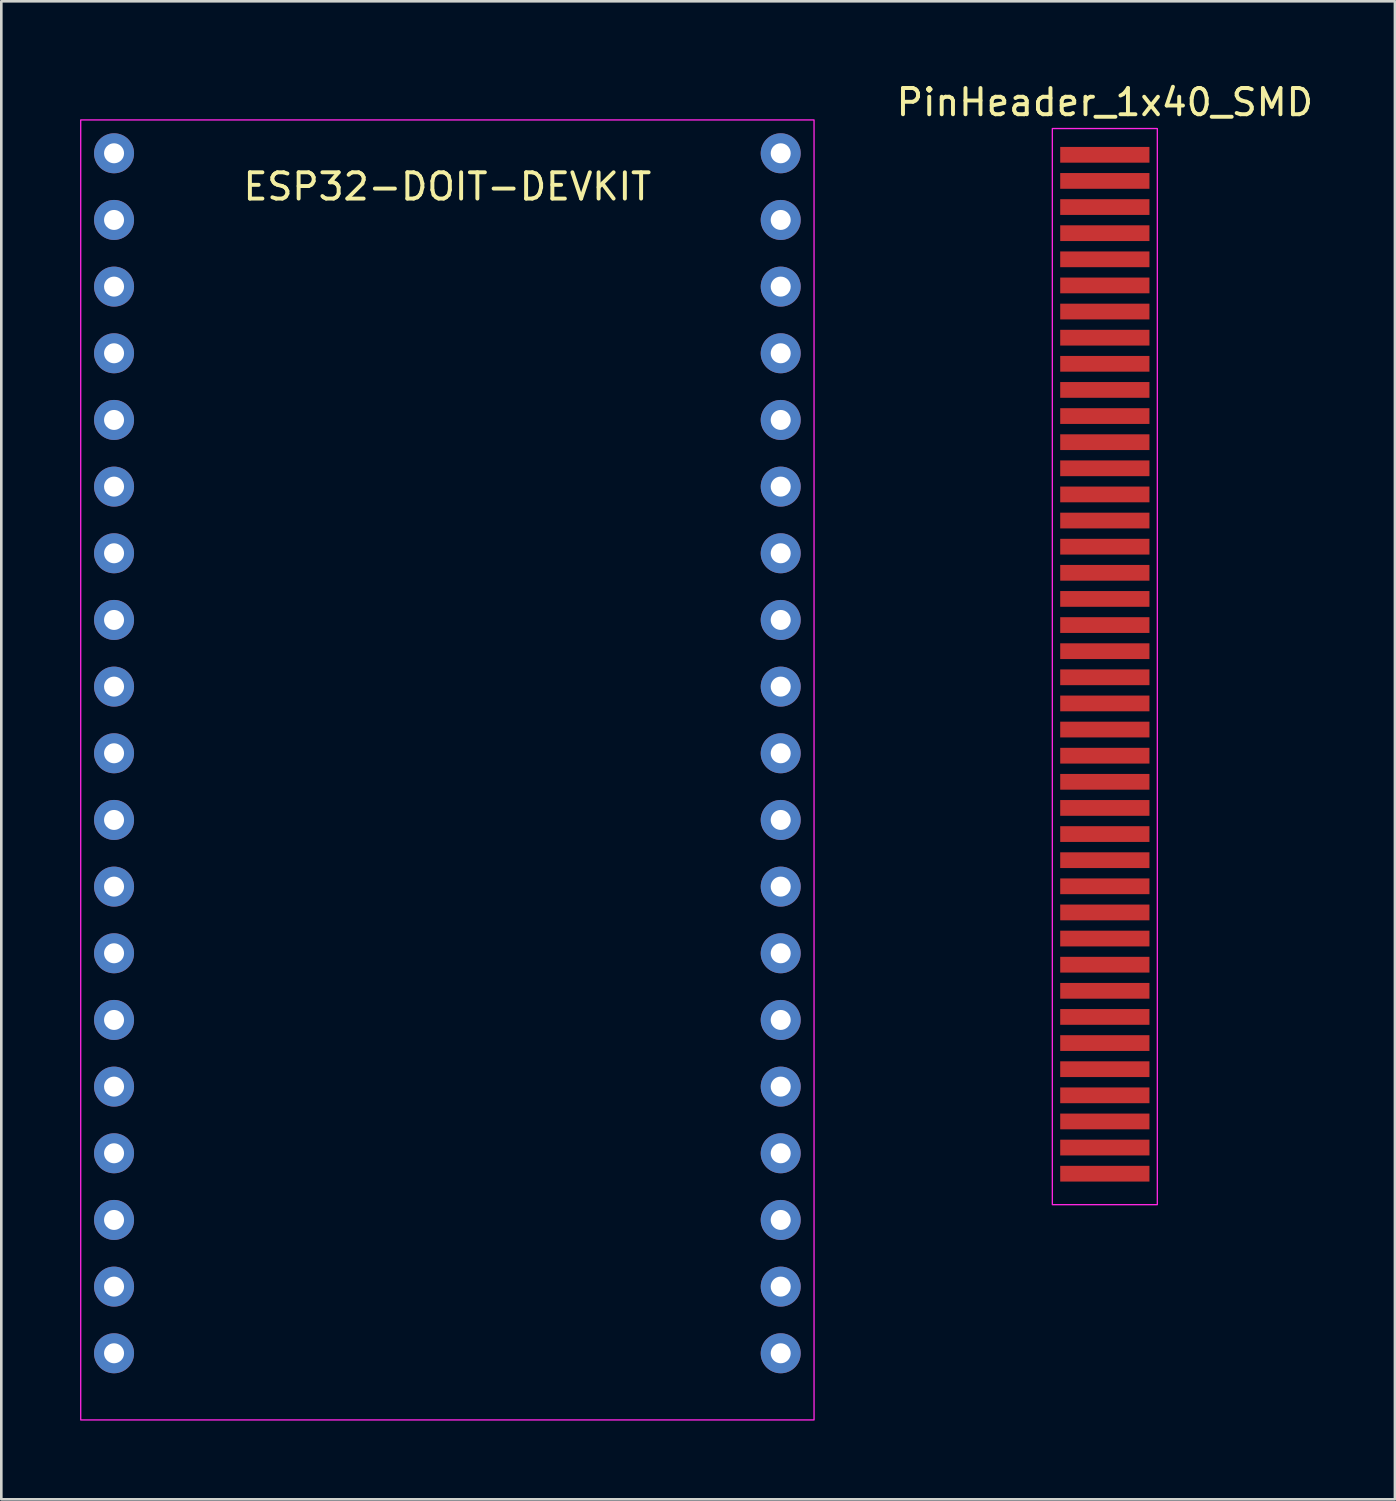
<source format=kicad_pcb>
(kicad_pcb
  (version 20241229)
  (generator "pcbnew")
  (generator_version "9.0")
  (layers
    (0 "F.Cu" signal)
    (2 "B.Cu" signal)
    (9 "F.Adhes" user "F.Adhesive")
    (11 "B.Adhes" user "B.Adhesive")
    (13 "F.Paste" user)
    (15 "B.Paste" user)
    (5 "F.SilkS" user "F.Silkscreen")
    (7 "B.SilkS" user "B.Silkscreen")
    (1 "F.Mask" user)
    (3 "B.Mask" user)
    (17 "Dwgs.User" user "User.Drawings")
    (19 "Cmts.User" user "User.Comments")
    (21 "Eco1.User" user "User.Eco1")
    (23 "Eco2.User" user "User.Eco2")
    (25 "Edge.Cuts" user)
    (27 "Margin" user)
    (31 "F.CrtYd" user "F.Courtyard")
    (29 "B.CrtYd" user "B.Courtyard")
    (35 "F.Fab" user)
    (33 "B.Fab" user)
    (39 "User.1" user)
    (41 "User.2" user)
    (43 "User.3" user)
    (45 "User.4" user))
  (footprint "PinHeader_1x40_SMD"
    (layer "F.Cu")
    (at 39.044 21.848)
    (property "Reference" "PinHeader_1x40_SMD" (at 0 -21 0) (layer "F.SilkS") (effects (font (size 1 1) (thickness 0.15))))
    (attr smd)
    (fp_rect (start 2 -20) (end -2 21) (stroke (width 0.05) (type solid)) (fill no) (layer "F.CrtYd"))
    (pad "1" smd rect (at 0 -19) (size 3.4 0.6) (layers "F.Cu" "F.Mask" "F.Paste"))
    (pad "2" smd rect (at 0 -18.005) (size 3.4 0.6) (layers "F.Cu" "F.Mask" "F.Paste"))
    (pad "3" smd rect (at 0 -17.009) (size 3.4 0.6) (layers "F.Cu" "F.Mask" "F.Paste"))
    (pad "4" smd rect (at 0 -16.014) (size 3.4 0.6) (layers "F.Cu" "F.Mask" "F.Paste"))
    (pad "5" smd rect (at 0 -15.018) (size 3.4 0.6) (layers "F.Cu" "F.Mask" "F.Paste"))
    (pad "6" smd rect (at 0 -14.023) (size 3.4 0.6) (layers "F.Cu" "F.Mask" "F.Paste"))
    (pad "7" smd rect (at 0 -13.028) (size 3.4 0.6) (layers "F.Cu" "F.Mask" "F.Paste"))
    (pad "8" smd rect (at 0 -12.032) (size 3.4 0.6) (layers "F.Cu" "F.Mask" "F.Paste"))
    (pad "9" smd rect (at 0 -11.037) (size 3.4 0.6) (layers "F.Cu" "F.Mask" "F.Paste"))
    (pad "10" smd rect (at 0 -10.042) (size 3.4 0.6) (layers "F.Cu" "F.Mask" "F.Paste"))
    (pad "11" smd rect (at 0 -9.046) (size 3.4 0.6) (layers "F.Cu" "F.Mask" "F.Paste"))
    (pad "12" smd rect (at 0 -8.051) (size 3.4 0.6) (layers "F.Cu" "F.Mask" "F.Paste"))
    (pad "13" smd rect (at 0 -7.056) (size 3.4 0.6) (layers "F.Cu" "F.Mask" "F.Paste"))
    (pad "14" smd rect (at 0 -6.06) (size 3.4 0.6) (layers "F.Cu" "F.Mask" "F.Paste"))
    (pad "15" smd rect (at 0 -5.065) (size 3.4 0.6) (layers "F.Cu" "F.Mask" "F.Paste"))
    (pad "16" smd rect (at 0 -4.069) (size 3.4 0.6) (layers "F.Cu" "F.Mask" "F.Paste"))
    (pad "17" smd rect (at 0 -3.074) (size 3.4 0.6) (layers "F.Cu" "F.Mask" "F.Paste"))
    (pad "18" smd rect (at 0 -2.079) (size 3.4 0.6) (layers "F.Cu" "F.Mask" "F.Paste"))
    (pad "19" smd rect (at 0 -1.083) (size 3.4 0.6) (layers "F.Cu" "F.Mask" "F.Paste"))
    (pad "20" smd rect (at 0 -0.088) (size 3.4 0.6) (layers "F.Cu" "F.Mask" "F.Paste"))
    (pad "21" smd rect (at 0 0.907) (size 3.4 0.6) (layers "F.Cu" "F.Mask" "F.Paste"))
    (pad "22" smd rect (at 0 1.903) (size 3.4 0.6) (layers "F.Cu" "F.Mask" "F.Paste"))
    (pad "23" smd rect (at 0 2.898) (size 3.4 0.6) (layers "F.Cu" "F.Mask" "F.Paste"))
    (pad "24" smd rect (at 0 3.894) (size 3.4 0.6) (layers "F.Cu" "F.Mask" "F.Paste"))
    (pad "25" smd rect (at 0 4.889) (size 3.4 0.6) (layers "F.Cu" "F.Mask" "F.Paste"))
    (pad "26" smd rect (at 0 5.884) (size 3.4 0.6) (layers "F.Cu" "F.Mask" "F.Paste"))
    (pad "27" smd rect (at 0 6.88) (size 3.4 0.6) (layers "F.Cu" "F.Mask" "F.Paste"))
    (pad "28" smd rect (at 0 7.875) (size 3.4 0.6) (layers "F.Cu" "F.Mask" "F.Paste"))
    (pad "29" smd rect (at 0 8.87) (size 3.4 0.6) (layers "F.Cu" "F.Mask" "F.Paste"))
    (pad "30" smd rect (at 0 9.866) (size 3.4 0.6) (layers "F.Cu" "F.Mask" "F.Paste"))
    (pad "31" smd rect (at 0 10.861) (size 3.4 0.6) (layers "F.Cu" "F.Mask" "F.Paste"))
    (pad "32" smd rect (at 0 11.857) (size 3.4 0.6) (layers "F.Cu" "F.Mask" "F.Paste"))
    (pad "33" smd rect (at 0 12.852) (size 3.4 0.6) (layers "F.Cu" "F.Mask" "F.Paste"))
    (pad "34" smd rect (at 0 13.847) (size 3.4 0.6) (layers "F.Cu" "F.Mask" "F.Paste"))
    (pad "35" smd rect (at 0 14.843) (size 3.4 0.6) (layers "F.Cu" "F.Mask" "F.Paste"))
    (pad "36" smd rect (at 0 15.838) (size 3.4 0.6) (layers "F.Cu" "F.Mask" "F.Paste"))
    (pad "37" smd rect (at 0 16.834) (size 3.4 0.6) (layers "F.Cu" "F.Mask" "F.Paste"))
    (pad "38" smd rect (at 0 17.829) (size 3.4 0.6) (layers "F.Cu" "F.Mask" "F.Paste"))
    (pad "39" smd rect (at 0 18.824) (size 3.4 0.6) (layers "F.Cu" "F.Mask" "F.Paste"))
    (pad "40" smd rect (at 0 19.82) (size 3.4 0.6) (layers "F.Cu" "F.Mask" "F.Paste")))
  (footprint "ESP32-DOIT-DEVKIT"
    (layer "F.Cu")
    (at 13.995 0.25)
    (property "Reference" "ESP32-DOIT-DEVKIT" (at 0 3.81 0) (layer "F.SilkS") (effects (font (size 1 1) (thickness 0.15))))
    (attr through_hole)
    (fp_rect (start 13.97 50.8) (end -13.97 1.27) (stroke (width 0.05) (type solid)) (fill no) (layer "F.CrtYd"))
    (pad "1" thru_hole circle (at -12.7 2.54) (size 1.524 1.524) (drill 0.762) (layers "*.Cu" "*.Mask"))
    (pad "2" thru_hole circle (at -12.7 5.08) (size 1.524 1.524) (drill 0.762) (layers "*.Cu" "*.Mask"))
    (pad "3" thru_hole circle (at -12.7 7.62) (size 1.524 1.524) (drill 0.762) (layers "*.Cu" "*.Mask"))
    (pad "4" thru_hole circle (at -12.7 10.16) (size 1.524 1.524) (drill 0.762) (layers "*.Cu" "*.Mask"))
    (pad "5" thru_hole circle (at -12.7 12.7) (size 1.524 1.524) (drill 0.762) (layers "*.Cu" "*.Mask"))
    (pad "6" thru_hole circle (at -12.7 15.24) (size 1.524 1.524) (drill 0.762) (layers "*.Cu" "*.Mask"))
    (pad "7" thru_hole circle (at -12.7 17.78) (size 1.524 1.524) (drill 0.762) (layers "*.Cu" "*.Mask"))
    (pad "8" thru_hole circle (at -12.7 20.32) (size 1.524 1.524) (drill 0.762) (layers "*.Cu" "*.Mask"))
    (pad "9" thru_hole circle (at -12.7 22.86) (size 1.524 1.524) (drill 0.762) (layers "*.Cu" "*.Mask"))
    (pad "10" thru_hole circle (at -12.7 25.4) (size 1.524 1.524) (drill 0.762) (layers "*.Cu" "*.Mask"))
    (pad "11" thru_hole circle (at -12.7 27.94) (size 1.524 1.524) (drill 0.762) (layers "*.Cu" "*.Mask"))
    (pad "12" thru_hole circle (at -12.7 30.48) (size 1.524 1.524) (drill 0.762) (layers "*.Cu" "*.Mask"))
    (pad "13" thru_hole circle (at -12.7 33.02) (size 1.524 1.524) (drill 0.762) (layers "*.Cu" "*.Mask"))
    (pad "14" thru_hole circle (at -12.7 35.56) (size 1.524 1.524) (drill 0.762) (layers "*.Cu" "*.Mask"))
    (pad "15" thru_hole circle (at -12.7 38.1) (size 1.524 1.524) (drill 0.762) (layers "*.Cu" "*.Mask"))
    (pad "16" thru_hole circle (at -12.7 40.64) (size 1.524 1.524) (drill 0.762) (layers "*.Cu" "*.Mask"))
    (pad "17" thru_hole circle (at -12.7 43.18) (size 1.524 1.524) (drill 0.762) (layers "*.Cu" "*.Mask"))
    (pad "18" thru_hole circle (at -12.7 45.72) (size 1.524 1.524) (drill 0.762) (layers "*.Cu" "*.Mask"))
    (pad "19" thru_hole circle (at -12.7 48.26) (size 1.524 1.524) (drill 0.762) (layers "*.Cu" "*.Mask"))
    (pad "20" thru_hole circle (at 12.7 48.26) (size 1.524 1.524) (drill 0.762) (layers "*.Cu" "*.Mask"))
    (pad "21" thru_hole circle (at 12.7 45.72) (size 1.524 1.524) (drill 0.762) (layers "*.Cu" "*.Mask"))
    (pad "22" thru_hole circle (at 12.7 43.18) (size 1.524 1.524) (drill 0.762) (layers "*.Cu" "*.Mask"))
    (pad "23" thru_hole circle (at 12.7 40.64) (size 1.524 1.524) (drill 0.762) (layers "*.Cu" "*.Mask"))
    (pad "24" thru_hole circle (at 12.7 38.1) (size 1.524 1.524) (drill 0.762) (layers "*.Cu" "*.Mask"))
    (pad "25" thru_hole circle (at 12.7 35.56) (size 1.524 1.524) (drill 0.762) (layers "*.Cu" "*.Mask"))
    (pad "26" thru_hole circle (at 12.7 33.02) (size 1.524 1.524) (drill 0.762) (layers "*.Cu" "*.Mask"))
    (pad "27" thru_hole circle (at 12.7 30.48) (size 1.524 1.524) (drill 0.762) (layers "*.Cu" "*.Mask"))
    (pad "28" thru_hole circle (at 12.7 27.94) (size 1.524 1.524) (drill 0.762) (layers "*.Cu" "*.Mask"))
    (pad "29" thru_hole circle (at 12.7 25.4) (size 1.524 1.524) (drill 0.762) (layers "*.Cu" "*.Mask"))
    (pad "30" thru_hole circle (at 12.7 22.86) (size 1.524 1.524) (drill 0.762) (layers "*.Cu" "*.Mask"))
    (pad "31" thru_hole circle (at 12.7 20.32) (size 1.524 1.524) (drill 0.762) (layers "*.Cu" "*.Mask"))
    (pad "32" thru_hole circle (at 12.7 17.78) (size 1.524 1.524) (drill 0.762) (layers "*.Cu" "*.Mask"))
    (pad "33" thru_hole circle (at 12.7 15.24) (size 1.524 1.524) (drill 0.762) (layers "*.Cu" "*.Mask"))
    (pad "34" thru_hole circle (at 12.7 12.7) (size 1.524 1.524) (drill 0.762) (layers "*.Cu" "*.Mask"))
    (pad "35" thru_hole circle (at 12.7 10.16) (size 1.524 1.524) (drill 0.762) (layers "*.Cu" "*.Mask"))
    (pad "36" thru_hole circle (at 12.7 7.62) (size 1.524 1.524) (drill 0.762) (layers "*.Cu" "*.Mask"))
    (pad "37" thru_hole circle (at 12.7 5.08) (size 1.524 1.524) (drill 0.762) (layers "*.Cu" "*.Mask"))
    (pad "38" thru_hole circle (at 12.7 2.54) (size 1.524 1.524) (drill 0.762) (layers "*.Cu" "*.Mask")))
  (gr_rect
    (start -3 -3)
    (end 50.097 54.075)
    (stroke (width 0.1) (type default))
    (fill no)
    (layer "Edge.Cuts")))
</source>
